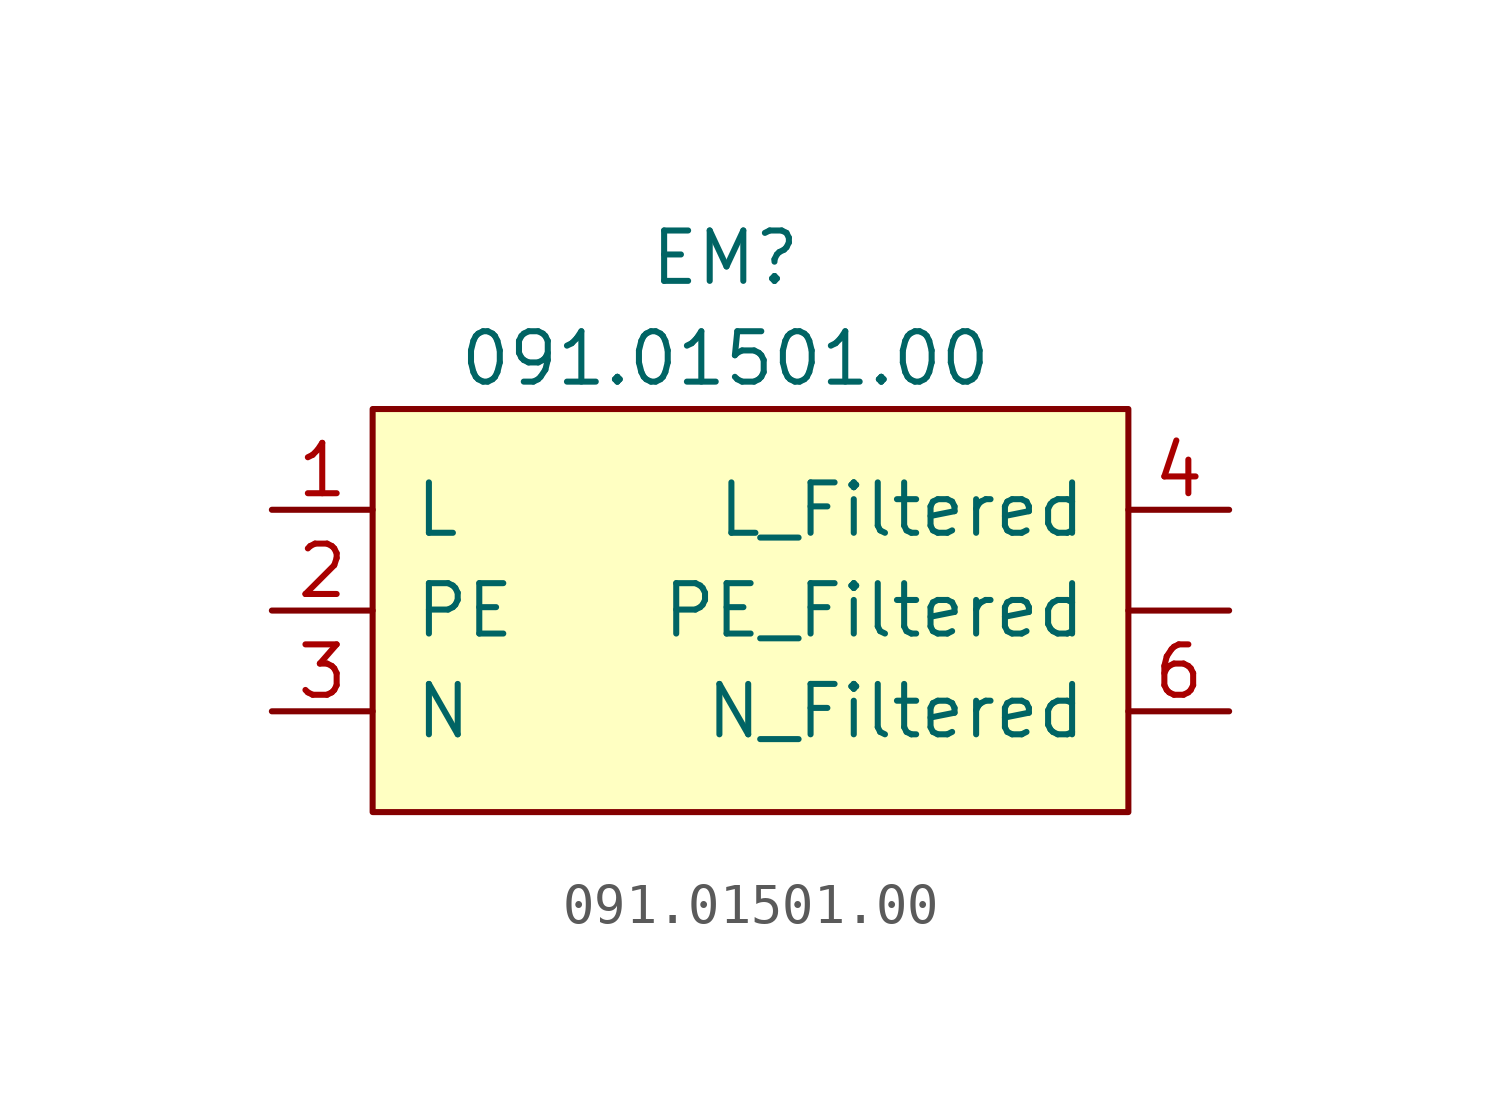
<source format=kicad_sym>
(kicad_symbol_lib
  (version 20211014)
  (generator kicad_symbol_editor)
  (symbol "091.01501.00"
    (pin_names
      (offset 1.016))
    (property "Reference" "EM"
      (at 8.89 3.81 0)
      (effects (font (size 1.27 1.27))))
    (property "Value" "091.01501.00"
      (at 8.89 1.27 0)
      (effects (font (size 1.27 1.27))))
    (symbol "091.01501.00_0_1"
      (rectangle (start 0 0) (end 19.05 -10.16) (stroke (width 0) (type default) (color 0 0 0 0)) (fill (type background))))
    (symbol "091.01501.00_1_1"
      (pin power_in line (at -2.54 -2.54 0) (length 2.54) (name "L" (effects (font (size 1.27 1.27)))) (number "1" (effects (font (size 1.27 1.27)))))
      (pin power_in line (at -2.54 -5.08 0) (length 2.54) (name "PE" (effects (font (size 1.27 1.27)))) (number "2" (effects (font (size 1.27 1.27)))))
      (pin power_in line (at -2.54 -7.62 0) (length 2.54) (name "N" (effects (font (size 1.27 1.27)))) (number "3" (effects (font (size 1.27 1.27)))))
      (pin power_out line (at 21.59 -2.54 180) (length 2.54) (name "L_Filtered" (effects (font (size 1.27 1.27)))) (number "4" (effects (font (size 1.27 1.27)))))
      (pin power_out line (at 21.59 -7.62 180) (length 2.54) (name "N_Filtered" (effects (font (size 1.27 1.27)))) (number "6" (effects (font (size 1.27 1.27)))))
      (pin power_out line (at 21.59 -5.08 180) (length 2.54) (name "PE_Filtered" (effects (font (size 1.27 1.27)))) (number "~" (effects (font (size 1.27 1.27))))))))
</source>
